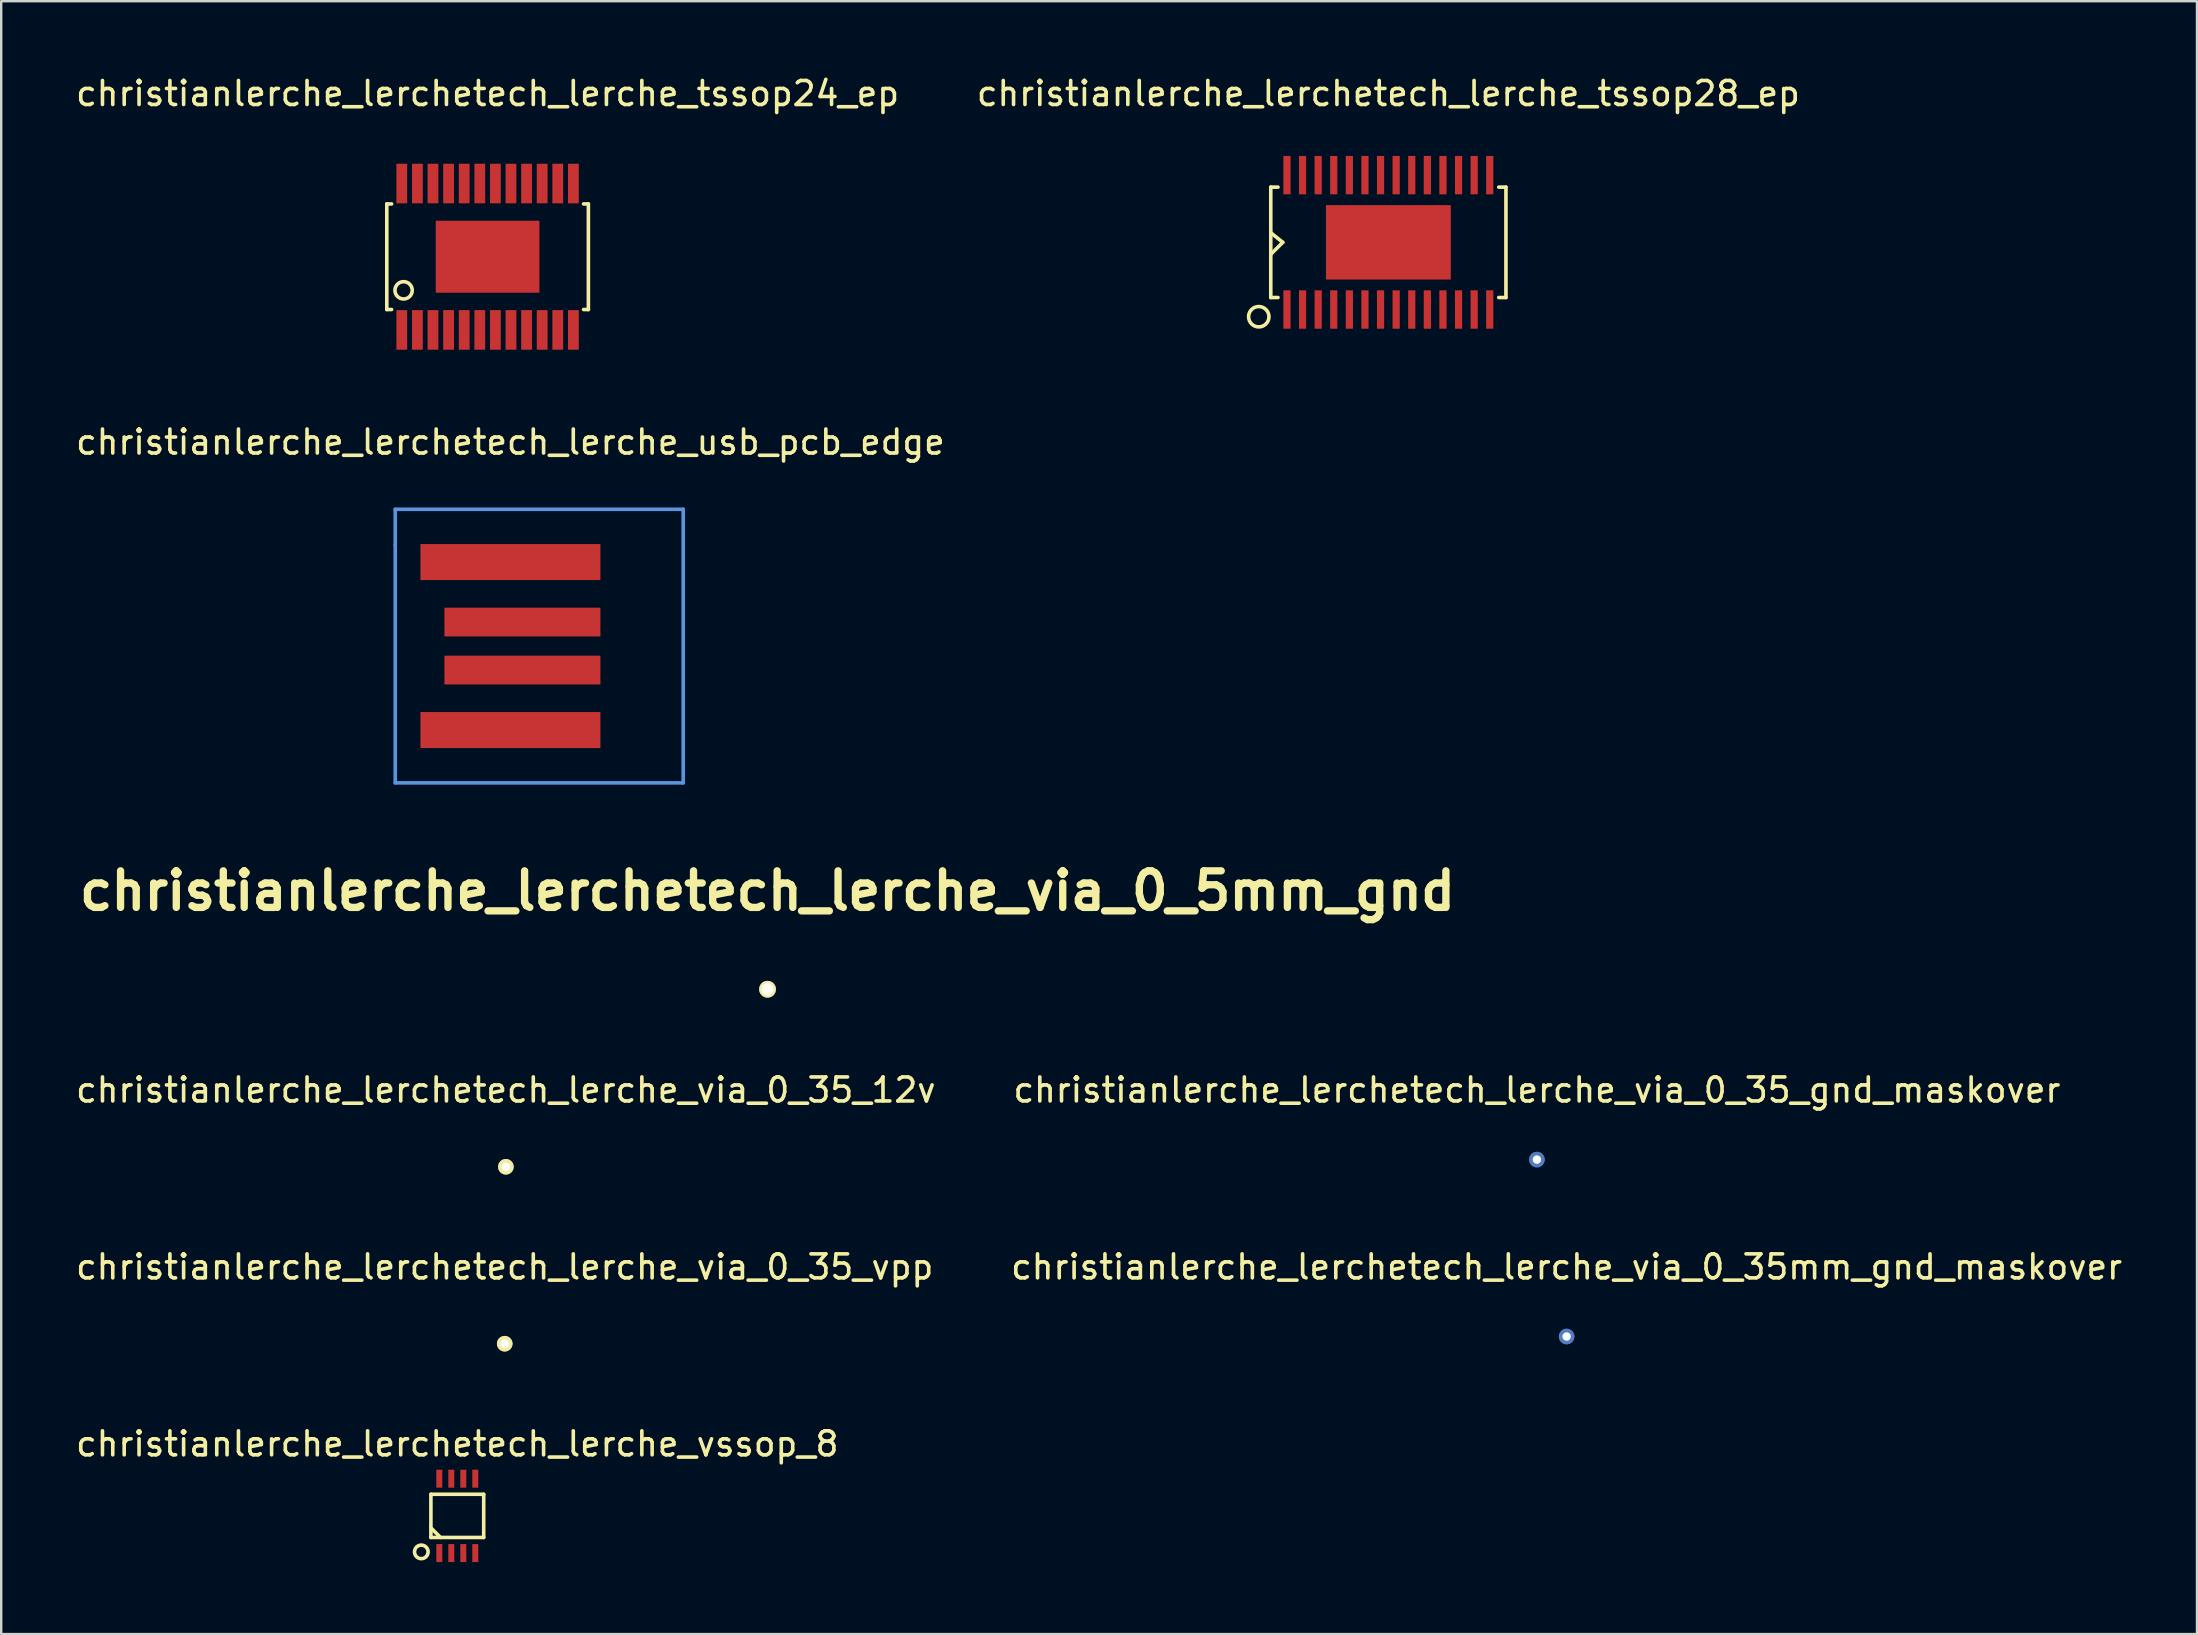
<source format=kicad_pcb>
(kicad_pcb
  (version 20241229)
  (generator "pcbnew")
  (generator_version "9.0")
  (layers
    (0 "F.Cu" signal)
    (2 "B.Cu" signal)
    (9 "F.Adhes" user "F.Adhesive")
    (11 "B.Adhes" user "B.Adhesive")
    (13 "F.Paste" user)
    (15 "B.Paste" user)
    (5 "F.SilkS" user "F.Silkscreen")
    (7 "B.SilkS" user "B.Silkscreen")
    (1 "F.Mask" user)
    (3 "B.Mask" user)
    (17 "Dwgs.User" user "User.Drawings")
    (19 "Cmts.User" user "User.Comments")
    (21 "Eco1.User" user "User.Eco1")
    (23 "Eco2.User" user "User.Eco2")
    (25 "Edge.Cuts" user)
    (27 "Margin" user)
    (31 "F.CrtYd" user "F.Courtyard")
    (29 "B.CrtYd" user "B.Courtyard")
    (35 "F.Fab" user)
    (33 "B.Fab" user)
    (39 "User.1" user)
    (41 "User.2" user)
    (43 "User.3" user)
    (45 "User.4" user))
  (footprint "christianlerche_lerchetech_lerche_tssop28_ep"
    (layer "F.Cu")
    (at 54.804 7.048)
    (property "Reference" "christianlerche_lerchetech_lerche_tssop28_ep" (at 0 -6.2 0) (layer "F.SilkS") (effects (font (size 1 1) (thickness 0.15))))
    (attr through_hole)
    (fp_line (start -4.9 -2.3) (end -4.6 -2.3) (stroke (width 0.15) (type solid)) (layer "F.SilkS"))
    (fp_line (start -4.9 0.5) (end -4.4 0) (stroke (width 0.15) (type solid)) (layer "F.SilkS"))
    (fp_line (start -4.9 2.3) (end -4.9 -2.3) (stroke (width 0.15) (type solid)) (layer "F.SilkS"))
    (fp_line (start -4.9 2.3) (end -4.6 2.3) (stroke (width 0.15) (type solid)) (layer "F.SilkS"))
    (fp_line (start -4.4 0) (end -4.9 -0.4) (stroke (width 0.15) (type solid)) (layer "F.SilkS"))
    (fp_line (start 4.6 -2.3) (end 4.9 -2.3) (stroke (width 0.15) (type solid)) (layer "F.SilkS"))
    (fp_line (start 4.9 -2.3) (end 4.9 2.3) (stroke (width 0.15) (type solid)) (layer "F.SilkS"))
    (fp_line (start 4.9 2.3) (end 4.6 2.3) (stroke (width 0.15) (type solid)) (layer "F.SilkS"))
    (fp_circle (center -5.4 3.1) (end -5.1 3.4) (stroke (width 0.15) (type solid)) (fill no) (layer "F.SilkS"))
    (pad "1" smd rect (at -4.225 2.8) (size 0.3 1.6) (layers "F.Cu" "F.Mask" "F.Paste"))
    (pad "2" smd rect (at -3.575 2.8) (size 0.3 1.6) (layers "F.Cu" "F.Mask" "F.Paste"))
    (pad "3" smd rect (at -2.925 2.8) (size 0.3 1.6) (layers "F.Cu" "F.Mask" "F.Paste"))
    (pad "4" smd rect (at -2.275 2.8) (size 0.3 1.6) (layers "F.Cu" "F.Mask" "F.Paste"))
    (pad "5" smd rect (at -1.625 2.8) (size 0.3 1.6) (layers "F.Cu" "F.Mask" "F.Paste"))
    (pad "6" smd rect (at -0.975 2.8) (size 0.3 1.6) (layers "F.Cu" "F.Mask" "F.Paste"))
    (pad "7" smd rect (at -0.325 2.8) (size 0.3 1.6) (layers "F.Cu" "F.Mask" "F.Paste"))
    (pad "8" smd rect (at 0.325 2.8) (size 0.3 1.6) (layers "F.Cu" "F.Mask" "F.Paste"))
    (pad "9" smd rect (at 0.975 2.8) (size 0.3 1.6) (layers "F.Cu" "F.Mask" "F.Paste"))
    (pad "10" smd rect (at 1.625 2.8) (size 0.3 1.6) (layers "F.Cu" "F.Mask" "F.Paste"))
    (pad "11" smd rect (at 2.275 2.8) (size 0.3 1.6) (layers "F.Cu" "F.Mask" "F.Paste"))
    (pad "12" smd rect (at 2.925 2.8) (size 0.3 1.6) (layers "F.Cu" "F.Mask" "F.Paste"))
    (pad "13" smd rect (at 3.575 2.8) (size 0.3 1.6) (layers "F.Cu" "F.Mask" "F.Paste"))
    (pad "14" smd rect (at 4.225 2.8) (size 0.3 1.6) (layers "F.Cu" "F.Mask" "F.Paste"))
    (pad "15" smd rect (at 4.225 -2.8) (size 0.3 1.6) (layers "F.Cu" "F.Mask" "F.Paste"))
    (pad "16" smd rect (at 3.575 -2.8) (size 0.3 1.6) (layers "F.Cu" "F.Mask" "F.Paste"))
    (pad "17" smd rect (at 2.925 -2.8) (size 0.3 1.6) (layers "F.Cu" "F.Mask" "F.Paste"))
    (pad "18" smd rect (at 2.275 -2.8) (size 0.3 1.6) (layers "F.Cu" "F.Mask" "F.Paste"))
    (pad "19" smd rect (at 1.625 -2.8) (size 0.3 1.6) (layers "F.Cu" "F.Mask" "F.Paste"))
    (pad "20" smd rect (at 0.975 -2.8) (size 0.3 1.6) (layers "F.Cu" "F.Mask" "F.Paste"))
    (pad "21" smd rect (at 0.325 -2.8) (size 0.3 1.6) (layers "F.Cu" "F.Mask" "F.Paste"))
    (pad "22" smd rect (at -0.325 -2.8) (size 0.3 1.6) (layers "F.Cu" "F.Mask" "F.Paste"))
    (pad "23" smd rect (at -0.975 -2.8) (size 0.3 1.6) (layers "F.Cu" "F.Mask" "F.Paste"))
    (pad "24" smd rect (at -1.625 -2.8) (size 0.3 1.6) (layers "F.Cu" "F.Mask" "F.Paste"))
    (pad "25" smd rect (at -2.275 -2.8) (size 0.3 1.6) (layers "F.Cu" "F.Mask" "F.Paste"))
    (pad "26" smd rect (at -2.925 -2.8) (size 0.3 1.6) (layers "F.Cu" "F.Mask" "F.Paste"))
    (pad "27" smd rect (at -3.575 -2.8) (size 0.3 1.6) (layers "F.Cu" "F.Mask" "F.Paste"))
    (pad "28" smd rect (at -4.225 -2.8) (size 0.3 1.6) (layers "F.Cu" "F.Mask" "F.Paste"))
    (pad "PAD" smd rect (at 0 0) (size 5.2 3.1) (layers "F.Cu" "F.Mask" "F.Paste")))
  (footprint "christianlerche_lerchetech_lerche_via_0_35_gnd_maskover"
    (layer "F.Cu")
    (at 60.994 45.271)
    (property "Reference" "christianlerche_lerchetech_lerche_via_0_35_gnd_maskover" (at 0 -2.9 0) (layer "F.SilkS") (effects (font (size 1 1) (thickness 0.15))))
    (attr through_hole)
    (pad "" thru_hole circle (at 0 0) (size 0.65 0.65) (drill 0.35) (layers "*.Cu" "*.Mask")))
  (footprint "christianlerche_lerchetech_lerche_via_0_35_12v"
    (layer "F.Cu")
    (at 18.03 45.571)
    (property "Reference" "christianlerche_lerchetech_lerche_via_0_35_12v" (at 0 -3.2 0) (layer "F.SilkS") (effects (font (size 1 1) (thickness 0.15))))
    (attr through_hole)
    (pad "" thru_hole circle (at 0 0) (size 0.65 0.65) (drill 0.35) (layers "*.Cu" "*.Mask" "F.SilkS")))
  (footprint "christianlerche_lerchetech_lerche_vssop_8"
    (layer "F.Cu")
    (at 16.006 60.118)
    (property "Reference" "christianlerche_lerchetech_lerche_vssop_8" (at 0 -3 0) (layer "F.SilkS") (effects (font (size 1 1) (thickness 0.15))))
    (attr through_hole)
    (fp_line (start -1.1 -0.9) (end -1.1 0.9) (stroke (width 0.15) (type solid)) (layer "F.SilkS"))
    (fp_line (start -1.1 0.5) (end -0.7 0.9) (stroke (width 0.15) (type solid)) (layer "F.SilkS"))
    (fp_line (start -1.1 0.9) (end 1.1 0.9) (stroke (width 0.15) (type solid)) (layer "F.SilkS"))
    (fp_line (start 1.1 -0.9) (end -1.1 -0.9) (stroke (width 0.15) (type solid)) (layer "F.SilkS"))
    (fp_line (start 1.1 0.9) (end 1.1 -0.9) (stroke (width 0.15) (type solid)) (layer "F.SilkS"))
    (fp_circle (center -1.5 1.5) (end -1.3 1.7) (stroke (width 0.15) (type solid)) (fill no) (layer "F.SilkS"))
    (pad "1" smd rect (at -0.75 1.55) (size 0.25 0.75) (layers "F.Cu" "F.Mask" "F.Paste"))
    (pad "2" smd rect (at -0.25 1.55) (size 0.25 0.75) (layers "F.Cu" "F.Mask" "F.Paste"))
    (pad "3" smd rect (at 0.25 1.55) (size 0.25 0.75) (layers "F.Cu" "F.Mask" "F.Paste"))
    (pad "4" smd rect (at 0.75 1.55) (size 0.25 0.75) (layers "F.Cu" "F.Mask" "F.Paste"))
    (pad "5" smd rect (at 0.75 -1.55) (size 0.25 0.75) (layers "F.Cu" "F.Mask" "F.Paste"))
    (pad "6" smd rect (at 0.25 -1.55) (size 0.25 0.75) (layers "F.Cu" "F.Mask" "F.Paste"))
    (pad "7" smd rect (at -0.25 -1.55) (size 0.25 0.75) (layers "F.Cu" "F.Mask" "F.Paste"))
    (pad "8" smd rect (at -0.75 -1.55) (size 0.25 0.75) (layers "F.Cu" "F.Mask" "F.Paste")))
  (footprint "christianlerche_lerchetech_lerche_usb_pcb_edge"
    (layer "F.Cu")
    (at 18.22 23.872)
    (property "Reference" "christianlerche_lerchetech_lerche_usb_pcb_edge" (at 0 -8.5 0) (layer "F.SilkS") (effects (font (size 1 1) (thickness 0.15))))
    (attr through_hole)
    (fp_line (start -4.8 -5.7) (end -4.8 -4.2) (stroke (width 0.15) (type solid)) (layer "Cmts.User"))
    (fp_line (start -4.8 -4.2) (end -4.8 5.7) (stroke (width 0.15) (type solid)) (layer "Cmts.User"))
    (fp_line (start -4.8 5.7) (end 7.2 5.7) (stroke (width 0.15) (type solid)) (layer "Cmts.User"))
    (fp_line (start 7.2 -5.7) (end -4.8 -5.7) (stroke (width 0.15) (type solid)) (layer "Cmts.User"))
    (fp_line (start 7.2 5.7) (end 7.2 -5.7) (stroke (width 0.15) (type solid)) (layer "Cmts.User"))
    (pad "1" smd rect (at 0 3.5) (size 7.5 1.5) (layers "F.Cu" "F.Mask" "F.Paste"))
    (pad "2" smd rect (at 0.5 1) (size 6.5 1.2) (layers "F.Cu" "F.Mask" "F.Paste"))
    (pad "3" smd rect (at 0.5 -1) (size 6.5 1.2) (layers "F.Cu" "F.Mask" "F.Paste"))
    (pad "4" smd rect (at 0 -3.5) (size 7.5 1.5) (layers "F.Cu" "F.Mask" "F.Paste")))
  (footprint "christianlerche_lerchetech_lerche_via_0_35_vpp"
    (layer "F.Cu")
    (at 17.982 52.944)
    (property "Reference" "christianlerche_lerchetech_lerche_via_0_35_vpp" (at 0 -3.2 0) (layer "F.SilkS") (effects (font (size 1 1) (thickness 0.15))))
    (attr through_hole)
    (pad "" thru_hole circle (at 0 0) (size 0.65 0.65) (drill 0.35) (layers "*.Cu" "*.Mask" "F.SilkS")))
  (footprint "christianlerche_lerchetech_lerche_via_0_35mm_gnd_maskover"
    (layer "F.Cu")
    (at 62.232 52.644)
    (property "Reference" "christianlerche_lerchetech_lerche_via_0_35mm_gnd_maskover" (at 0 -2.9 0) (layer "F.SilkS") (effects (font (size 1 1) (thickness 0.15))))
    (attr through_hole)
    (pad "" thru_hole circle (at 0 0) (size 0.65 0.65) (drill 0.35) (layers "*.Cu" "*.Mask")))
  (footprint "christianlerche_lerchetech_lerche_tssop24_ep"
    (layer "F.Cu")
    (at 17.268 7.648)
    (property "Reference" "christianlerche_lerchetech_lerche_tssop24_ep" (at 0 -6.8 0) (layer "F.SilkS") (effects (font (size 1 1) (thickness 0.15))))
    (attr through_hole)
    (fp_line (start -4.2 -2.2) (end -4.2 2.2) (stroke (width 0.15) (type solid)) (layer "F.SilkS"))
    (fp_line (start -4.2 2.2) (end -4 2.2) (stroke (width 0.15) (type solid)) (layer "F.SilkS"))
    (fp_line (start -4 -2.2) (end -4.2 -2.2) (stroke (width 0.15) (type solid)) (layer "F.SilkS"))
    (fp_line (start 4.2 -2.2) (end 4 -2.2) (stroke (width 0.15) (type solid)) (layer "F.SilkS"))
    (fp_line (start 4.2 -2.2) (end 4.2 2.2) (stroke (width 0.15) (type solid)) (layer "F.SilkS"))
    (fp_line (start 4.2 2.2) (end 4 2.2) (stroke (width 0.15) (type solid)) (layer "F.SilkS"))
    (fp_circle (center -3.5 1.4) (end -3.2 1.6) (stroke (width 0.15) (type solid)) (fill no) (layer "F.SilkS"))
    (pad "1" smd rect (at -3.575 3.05) (size 0.45 1.65) (layers "F.Cu" "F.Mask" "F.Paste"))
    (pad "2" smd rect (at -2.925 3.05) (size 0.45 1.65) (layers "F.Cu" "F.Mask" "F.Paste"))
    (pad "3" smd rect (at -2.275 3.05) (size 0.45 1.65) (layers "F.Cu" "F.Mask" "F.Paste"))
    (pad "4" smd rect (at -1.625 3.05) (size 0.45 1.65) (layers "F.Cu" "F.Mask" "F.Paste"))
    (pad "5" smd rect (at -0.975 3.05) (size 0.45 1.65) (layers "F.Cu" "F.Mask" "F.Paste"))
    (pad "6" smd rect (at -0.325 3.05) (size 0.45 1.65) (layers "F.Cu" "F.Mask" "F.Paste"))
    (pad "7" smd rect (at 0.325 3.05) (size 0.45 1.65) (layers "F.Cu" "F.Mask" "F.Paste"))
    (pad "8" smd rect (at 0.975 3.05) (size 0.45 1.65) (layers "F.Cu" "F.Mask" "F.Paste"))
    (pad "9" smd rect (at 1.625 3.05) (size 0.45 1.65) (layers "F.Cu" "F.Mask" "F.Paste"))
    (pad "10" smd rect (at 2.275 3.05) (size 0.45 1.65) (layers "F.Cu" "F.Mask" "F.Paste"))
    (pad "11" smd rect (at 2.925 3.05) (size 0.45 1.65) (layers "F.Cu" "F.Mask" "F.Paste"))
    (pad "12" smd rect (at 3.575 3.05) (size 0.45 1.65) (layers "F.Cu" "F.Mask" "F.Paste"))
    (pad "13" smd rect (at 3.575 -3.05) (size 0.45 1.65) (layers "F.Cu" "F.Mask" "F.Paste"))
    (pad "14" smd rect (at 2.925 -3.05) (size 0.45 1.65) (layers "F.Cu" "F.Mask" "F.Paste"))
    (pad "15" smd rect (at 2.275 -3.05) (size 0.45 1.65) (layers "F.Cu" "F.Mask" "F.Paste"))
    (pad "16" smd rect (at 1.625 -3.05) (size 0.45 1.65) (layers "F.Cu" "F.Mask" "F.Paste"))
    (pad "17" smd rect (at 0.975 -3.05) (size 0.45 1.65) (layers "F.Cu" "F.Mask" "F.Paste"))
    (pad "18" smd rect (at 0.325 -3.05) (size 0.45 1.65) (layers "F.Cu" "F.Mask" "F.Paste"))
    (pad "19" smd rect (at -0.325 -3.05) (size 0.45 1.65) (layers "F.Cu" "F.Mask" "F.Paste"))
    (pad "20" smd rect (at -0.975 -3.05) (size 0.45 1.65) (layers "F.Cu" "F.Mask" "F.Paste"))
    (pad "21" smd rect (at -1.625 -3.05) (size 0.45 1.65) (layers "F.Cu" "F.Mask" "F.Paste"))
    (pad "22" smd rect (at -2.275 -3.05) (size 0.45 1.65) (layers "F.Cu" "F.Mask" "F.Paste"))
    (pad "23" smd rect (at -2.925 -3.05) (size 0.45 1.65) (layers "F.Cu" "F.Mask" "F.Paste"))
    (pad "24" smd rect (at -3.575 -3.05) (size 0.45 1.65) (layers "F.Cu" "F.Mask" "F.Paste"))
    (pad "25" smd rect (at 0 0) (size 4.32 3) (layers "F.Cu" "F.Mask" "F.Paste")))
  (footprint "christianlerche_lerchetech_lerche_via_0_5mm_gnd"
    (layer "F.Cu")
    (at 28.934 38.173)
    (property "Reference" "christianlerche_lerchetech_lerche_via_0_5mm_gnd" (at 0 -4.1 0) (layer "F.SilkS") (effects (font (size 1.524 1.524) (thickness 0.305))))
    (attr through_hole)
    (pad "" thru_hole circle (at 0 0) (size 0.7 0.7) (drill 0.5) (layers "*.Cu" "*.Mask" "F.SilkS")))
  (gr_rect
    (start -3 -3)
    (end 88.5 65.043)
    (stroke (width 0.1) (type default))
    (fill no)
    (layer "Edge.Cuts")))
</source>
